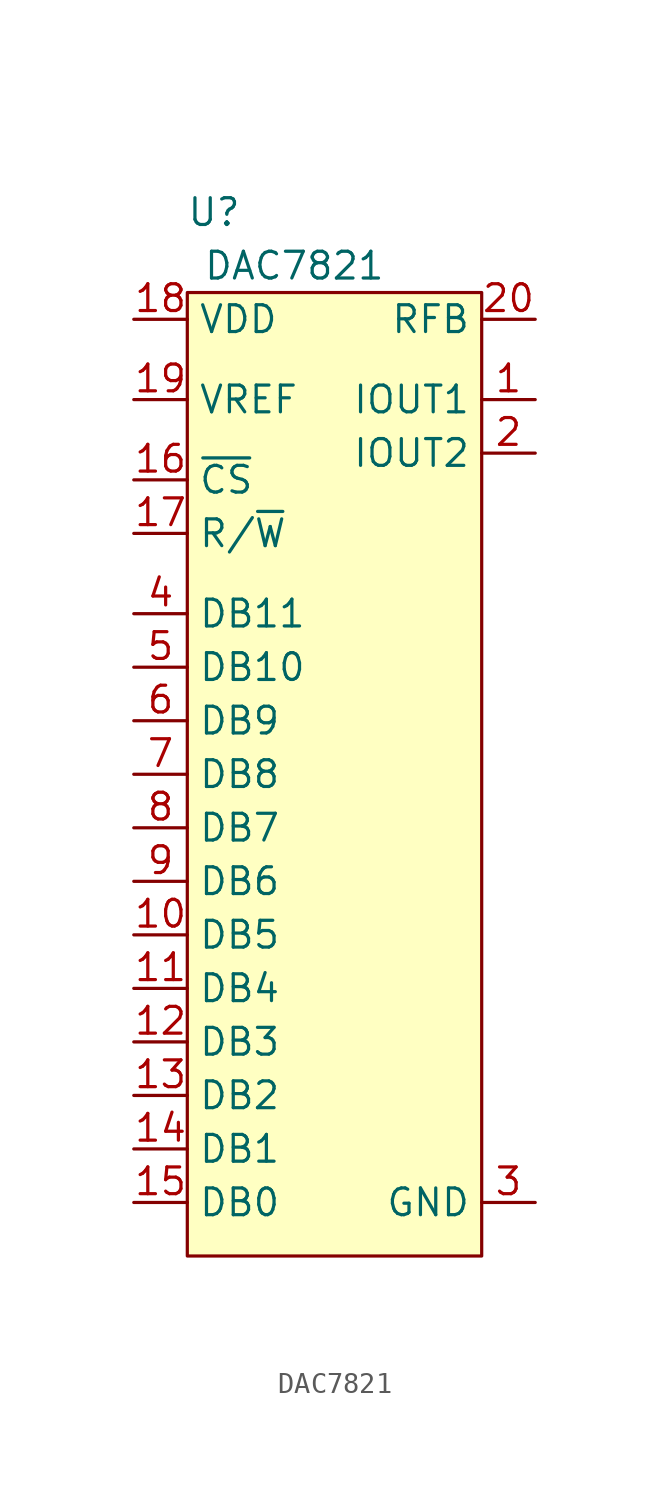
<source format=kicad_sym>
(kicad_symbol_lib
  (version 20211014)
  (generator kicad_symbol_editor)
  (symbol "DAC7821"
    (property "Reference" "U"
      (at -5.08 25.4 0)
      (effects (font (size 1.27 1.27))))
    (property "Value" "DAC7821"
      (at -1.27 22.86 0)
      (effects (font (size 1.27 1.27))))
    (symbol "DAC7821_0_1"
      (rectangle (start -6.35 21.59) (end 7.62 -24.13) (stroke (width 0.152) (type default) (color 0 0 0 0)) (fill (type background))))
    (symbol "DAC7821_1_1"
      (pin output line (at 10.16 16.51 180) (length 2.54) (name "IOUT1" (effects (font (size 1.27 1.27)))) (number "1" (effects (font (size 1.27 1.27)))))
      (pin input line (at -8.89 -8.89 0) (length 2.54) (name "DB5" (effects (font (size 1.27 1.27)))) (number "10" (effects (font (size 1.27 1.27)))))
      (pin input line (at -8.89 -11.43 0) (length 2.54) (name "DB4" (effects (font (size 1.27 1.27)))) (number "11" (effects (font (size 1.27 1.27)))))
      (pin input line (at -8.89 -13.97 0) (length 2.54) (name "DB3" (effects (font (size 1.27 1.27)))) (number "12" (effects (font (size 1.27 1.27)))))
      (pin input line (at -8.89 -16.51 0) (length 2.54) (name "DB2" (effects (font (size 1.27 1.27)))) (number "13" (effects (font (size 1.27 1.27)))))
      (pin input line (at -8.89 -19.05 0) (length 2.54) (name "DB1" (effects (font (size 1.27 1.27)))) (number "14" (effects (font (size 1.27 1.27)))))
      (pin input line (at -8.89 -21.59 0) (length 2.54) (name "DB0" (effects (font (size 1.27 1.27)))) (number "15" (effects (font (size 1.27 1.27)))))
      (pin input line (at -8.89 12.7 0) (length 2.54) (name "~{CS}" (effects (font (size 1.27 1.27)))) (number "16" (effects (font (size 1.27 1.27)))))
      (pin bidirectional line (at -8.89 10.16 0) (length 2.54) (name "R/~{W}" (effects (font (size 1.27 1.27)))) (number "17" (effects (font (size 1.27 1.27)))))
      (pin power_in line (at -8.89 20.32 0) (length 2.54) (name "VDD" (effects (font (size 1.27 1.27)))) (number "18" (effects (font (size 1.27 1.27)))))
      (pin input line (at -8.89 16.51 0) (length 2.54) (name "VREF" (effects (font (size 1.27 1.27)))) (number "19" (effects (font (size 1.27 1.27)))))
      (pin output line (at 10.16 13.97 180) (length 2.54) (name "IOUT2" (effects (font (size 1.27 1.27)))) (number "2" (effects (font (size 1.27 1.27)))))
      (pin input line (at 10.16 20.32 180) (length 2.54) (name "RFB" (effects (font (size 1.27 1.27)))) (number "20" (effects (font (size 1.27 1.27)))))
      (pin power_out line (at 10.16 -21.59 180) (length 2.54) (name "GND" (effects (font (size 1.27 1.27)))) (number "3" (effects (font (size 1.27 1.27)))))
      (pin input line (at -8.89 6.35 0) (length 2.54) (name "DB11" (effects (font (size 1.27 1.27)))) (number "4" (effects (font (size 1.27 1.27)))))
      (pin input line (at -8.89 3.81 0) (length 2.54) (name "DB10" (effects (font (size 1.27 1.27)))) (number "5" (effects (font (size 1.27 1.27)))))
      (pin input line (at -8.89 1.27 0) (length 2.54) (name "DB9" (effects (font (size 1.27 1.27)))) (number "6" (effects (font (size 1.27 1.27)))))
      (pin input line (at -8.89 -1.27 0) (length 2.54) (name "DB8" (effects (font (size 1.27 1.27)))) (number "7" (effects (font (size 1.27 1.27)))))
      (pin input line (at -8.89 -3.81 0) (length 2.54) (name "DB7" (effects (font (size 1.27 1.27)))) (number "8" (effects (font (size 1.27 1.27)))))
      (pin input line (at -8.89 -6.35 0) (length 2.54) (name "DB6" (effects (font (size 1.27 1.27)))) (number "9" (effects (font (size 1.27 1.27))))))))
</source>
